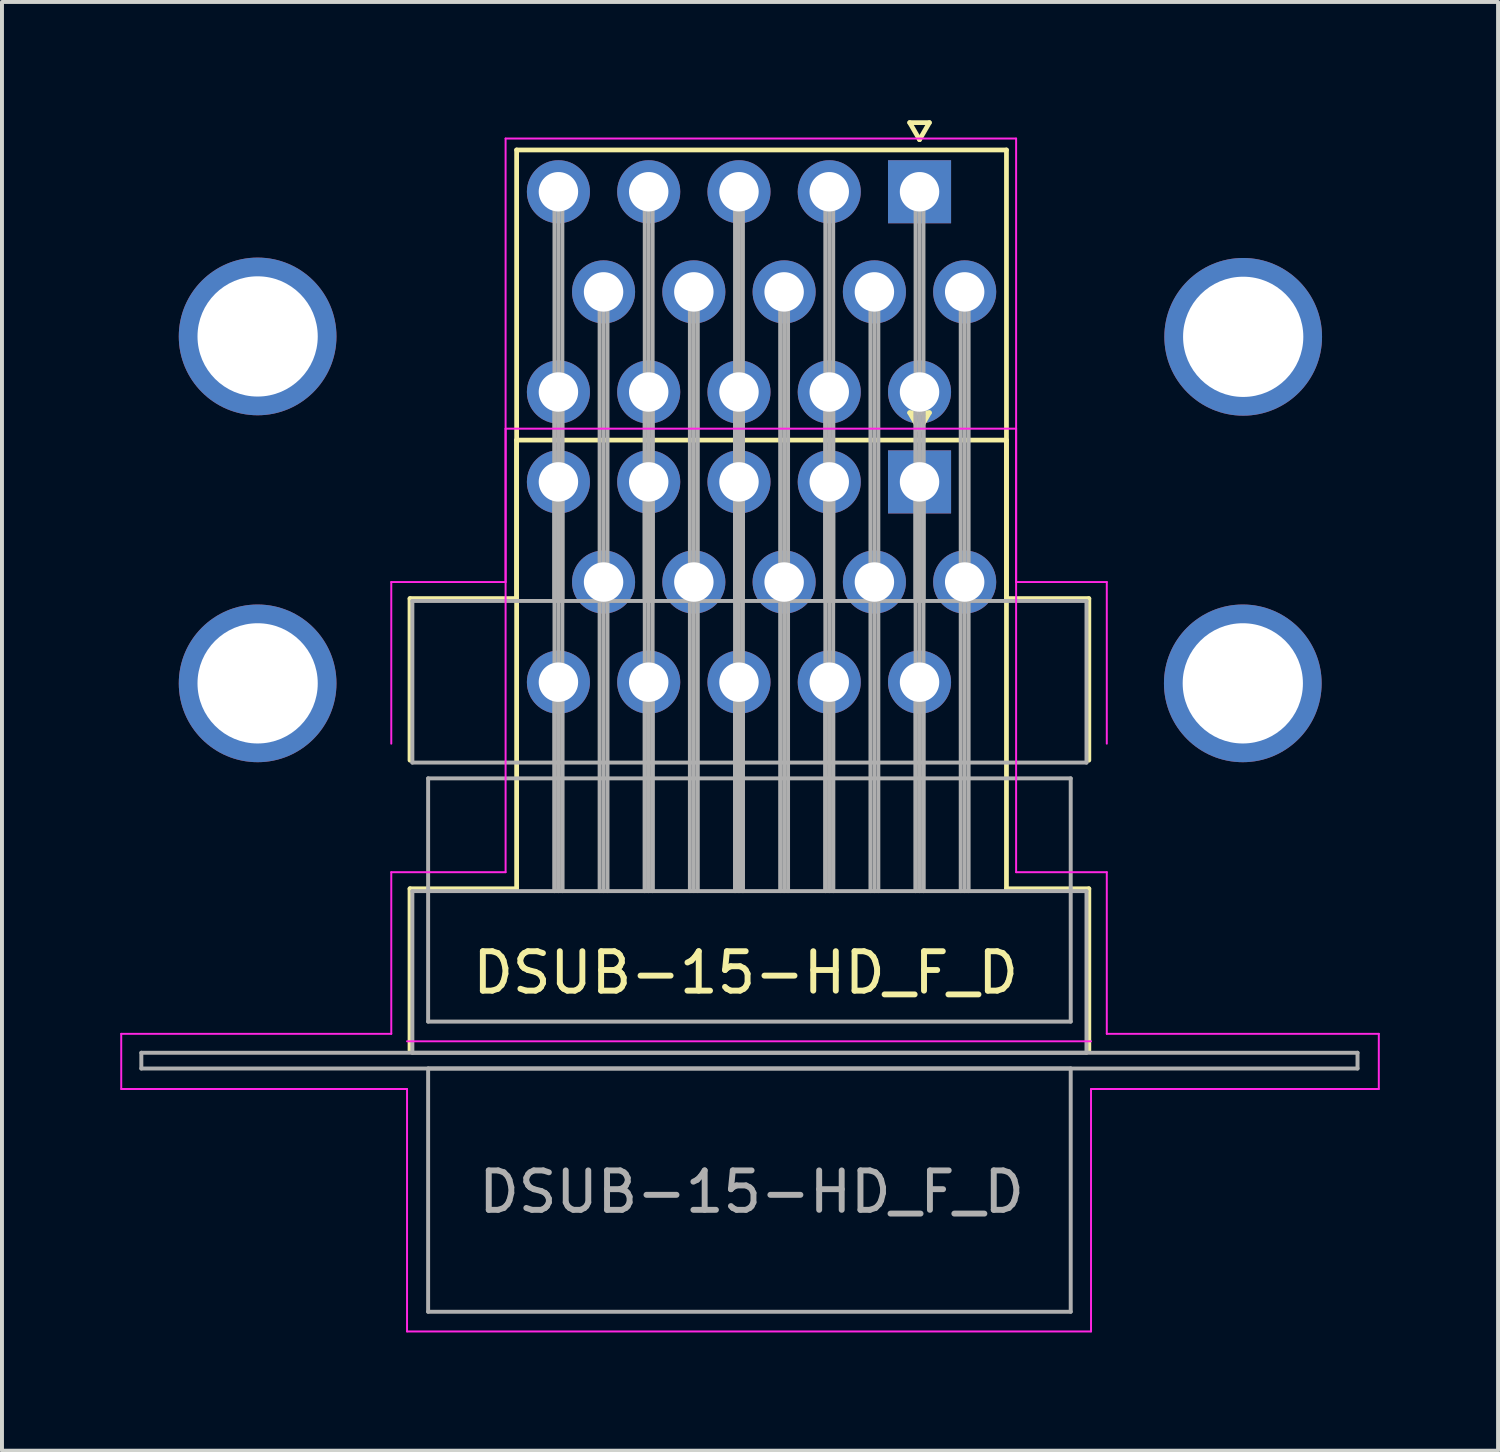
<source format=kicad_pcb>
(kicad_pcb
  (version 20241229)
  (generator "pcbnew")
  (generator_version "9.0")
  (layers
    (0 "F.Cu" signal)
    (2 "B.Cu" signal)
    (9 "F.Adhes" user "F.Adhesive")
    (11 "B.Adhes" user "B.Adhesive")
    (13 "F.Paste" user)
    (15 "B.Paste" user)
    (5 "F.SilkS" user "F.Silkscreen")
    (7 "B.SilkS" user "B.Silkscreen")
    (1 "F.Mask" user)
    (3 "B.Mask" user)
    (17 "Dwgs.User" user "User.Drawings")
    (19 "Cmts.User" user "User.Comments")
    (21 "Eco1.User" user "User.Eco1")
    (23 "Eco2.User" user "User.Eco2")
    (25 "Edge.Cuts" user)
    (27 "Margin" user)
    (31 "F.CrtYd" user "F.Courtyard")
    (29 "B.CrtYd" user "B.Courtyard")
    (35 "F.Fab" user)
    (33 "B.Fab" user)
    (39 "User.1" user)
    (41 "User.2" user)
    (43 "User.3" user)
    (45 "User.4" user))
  (footprint "DSUB-15-HD_F_D"
    (layer "F.Cu")
    (at 20.275 9.174)
    (property "Reference" "DSUB-15-HD_F_D" (at -4.41 12.45 0) (layer "F.SilkS") (effects (font (size 1 1) (thickness 0.15))))
    (attr through_hole)
    (fp_line (start -12.925 2.96) (end -10.22 2.96) (stroke (width 0.12) (type solid)) (layer "F.SilkS"))
    (fp_line (start -12.925 7.06) (end -12.925 2.96) (stroke (width 0.12) (type solid)) (layer "F.SilkS"))
    (fp_line (start -12.925 10.32) (end -10.22 10.32) (stroke (width 0.12) (type solid)) (layer "F.SilkS"))
    (fp_line (start -12.925 14.42) (end -12.925 10.32) (stroke (width 0.12) (type solid)) (layer "F.SilkS"))
    (fp_line (start -10.22 -8.42) (end 2.205 -8.42) (stroke (width 0.12) (type solid)) (layer "F.SilkS"))
    (fp_line (start -10.22 -1.06) (end 2.205 -1.06) (stroke (width 0.12) (type solid)) (layer "F.SilkS"))
    (fp_line (start -10.22 2.96) (end -10.22 -8.42) (stroke (width 0.12) (type solid)) (layer "F.SilkS"))
    (fp_line (start -10.22 10.32) (end -10.22 -1.06) (stroke (width 0.12) (type solid)) (layer "F.SilkS"))
    (fp_line (start -0.25 -9.114) (end 0.25 -9.114) (stroke (width 0.12) (type solid)) (layer "F.SilkS"))
    (fp_line (start -0.25 -1.754) (end 0.25 -1.754) (stroke (width 0.12) (type solid)) (layer "F.SilkS"))
    (fp_line (start 0 -8.681) (end -0.25 -9.114) (stroke (width 0.12) (type solid)) (layer "F.SilkS"))
    (fp_line (start 0 -1.321) (end -0.25 -1.754) (stroke (width 0.12) (type solid)) (layer "F.SilkS"))
    (fp_line (start 0.25 -9.114) (end 0 -8.681) (stroke (width 0.12) (type solid)) (layer "F.SilkS"))
    (fp_line (start 0.25 -1.754) (end 0 -1.321) (stroke (width 0.12) (type solid)) (layer "F.SilkS"))
    (fp_line (start 2.205 -8.42) (end 2.205 2.96) (stroke (width 0.12) (type solid)) (layer "F.SilkS"))
    (fp_line (start 2.205 -1.06) (end 2.205 10.32) (stroke (width 0.12) (type solid)) (layer "F.SilkS"))
    (fp_line (start 2.205 2.96) (end 4.295 2.96) (stroke (width 0.12) (type solid)) (layer "F.SilkS"))
    (fp_line (start 2.205 10.32) (end 4.295 10.32) (stroke (width 0.12) (type solid)) (layer "F.SilkS"))
    (fp_line (start 4.295 2.96) (end 4.295 7.06) (stroke (width 0.12) (type solid)) (layer "F.SilkS"))
    (fp_line (start 4.295 10.32) (end 4.295 14.42) (stroke (width 0.12) (type solid)) (layer "F.SilkS"))
    (fp_line (start -20.25 14) (end -13.4 14) (stroke (width 0.05) (type solid)) (layer "F.CrtYd"))
    (fp_line (start -20.25 15.4) (end -20.25 14) (stroke (width 0.05) (type solid)) (layer "F.CrtYd"))
    (fp_line (start -13.4 2.54) (end -10.5 2.54) (stroke (width 0.05) (type solid)) (layer "F.CrtYd"))
    (fp_line (start -13.4 6.64) (end -13.4 2.54) (stroke (width 0.05) (type solid)) (layer "F.CrtYd"))
    (fp_line (start -13.4 9.9) (end -10.5 9.9) (stroke (width 0.05) (type solid)) (layer "F.CrtYd"))
    (fp_line (start -13.4 14) (end -13.4 9.9) (stroke (width 0.05) (type solid)) (layer "F.CrtYd"))
    (fp_line (start -13 15.4) (end -20.25 15.4) (stroke (width 0.05) (type solid)) (layer "F.CrtYd"))
    (fp_line (start -13 21.55) (end -13 15.4) (stroke (width 0.05) (type solid)) (layer "F.CrtYd"))
    (fp_line (start -10.5 -8.71) (end 2.45 -8.71) (stroke (width 0.05) (type solid)) (layer "F.CrtYd"))
    (fp_line (start -10.5 -1.35) (end 2.45 -1.35) (stroke (width 0.05) (type solid)) (layer "F.CrtYd"))
    (fp_line (start -10.5 2.54) (end -10.5 -8.71) (stroke (width 0.05) (type solid)) (layer "F.CrtYd"))
    (fp_line (start -10.5 9.9) (end -10.5 -1.35) (stroke (width 0.05) (type solid)) (layer "F.CrtYd"))
    (fp_line (start 2.45 -8.71) (end 2.45 2.54) (stroke (width 0.05) (type solid)) (layer "F.CrtYd"))
    (fp_line (start 2.45 -1.35) (end 2.45 9.9) (stroke (width 0.05) (type solid)) (layer "F.CrtYd"))
    (fp_line (start 2.45 2.54) (end 4.75 2.54) (stroke (width 0.05) (type solid)) (layer "F.CrtYd"))
    (fp_line (start 2.45 9.9) (end 4.75 9.9) (stroke (width 0.05) (type solid)) (layer "F.CrtYd"))
    (fp_line (start 4.35 14.19) (end -13 14.19) (stroke (width 0.05) (type solid)) (layer "F.CrtYd"))
    (fp_line (start 4.35 15.4) (end 4.35 21.55) (stroke (width 0.05) (type solid)) (layer "F.CrtYd"))
    (fp_line (start 4.35 21.55) (end -13 21.55) (stroke (width 0.05) (type solid)) (layer "F.CrtYd"))
    (fp_line (start 4.75 2.54) (end 4.75 6.64) (stroke (width 0.05) (type solid)) (layer "F.CrtYd"))
    (fp_line (start 4.75 9.9) (end 4.75 14) (stroke (width 0.05) (type solid)) (layer "F.CrtYd"))
    (fp_line (start 4.75 14) (end 11.65 14) (stroke (width 0.05) (type solid)) (layer "F.CrtYd"))
    (fp_line (start 11.65 14) (end 11.65 15.4) (stroke (width 0.05) (type solid)) (layer "F.CrtYd"))
    (fp_line (start 11.65 15.4) (end 4.35 15.4) (stroke (width 0.05) (type solid)) (layer "F.CrtYd"))
    (fp_line (start -19.74 14.48) (end -19.74 14.88) (stroke (width 0.1) (type solid)) (layer "F.Fab"))
    (fp_line (start -19.74 14.88) (end 11.11 14.88) (stroke (width 0.1) (type solid)) (layer "F.Fab"))
    (fp_line (start -12.865 3.02) (end -12.865 7.12) (stroke (width 0.1) (type solid)) (layer "F.Fab"))
    (fp_line (start -12.865 7.12) (end 4.235 7.12) (stroke (width 0.1) (type solid)) (layer "F.Fab"))
    (fp_line (start -12.865 10.38) (end -12.865 14.48) (stroke (width 0.1) (type solid)) (layer "F.Fab"))
    (fp_line (start -12.865 14.48) (end 4.235 14.48) (stroke (width 0.1) (type solid)) (layer "F.Fab"))
    (fp_line (start -12.465 7.52) (end -12.465 13.69) (stroke (width 0.1) (type solid)) (layer "F.Fab"))
    (fp_line (start -12.465 13.69) (end 3.835 13.69) (stroke (width 0.1) (type solid)) (layer "F.Fab"))
    (fp_line (start -12.465 14.88) (end -12.465 21.05) (stroke (width 0.1) (type solid)) (layer "F.Fab"))
    (fp_line (start -12.465 21.05) (end 3.835 21.05) (stroke (width 0.1) (type solid)) (layer "F.Fab"))
    (fp_line (start -9.26 -7.36) (end -9.26 3.02) (stroke (width 0.1) (type solid)) (layer "F.Fab"))
    (fp_line (start -9.26 -2.28) (end -9.26 3.02) (stroke (width 0.1) (type solid)) (layer "F.Fab"))
    (fp_line (start -9.26 0) (end -9.26 10.38) (stroke (width 0.1) (type solid)) (layer "F.Fab"))
    (fp_line (start -9.26 5.08) (end -9.26 10.38) (stroke (width 0.1) (type solid)) (layer "F.Fab"))
    (fp_line (start -9.16 -7.36) (end -9.16 3.02) (stroke (width 0.1) (type solid)) (layer "F.Fab"))
    (fp_line (start -9.16 -2.28) (end -9.16 3.02) (stroke (width 0.1) (type solid)) (layer "F.Fab"))
    (fp_line (start -9.16 0) (end -9.16 10.38) (stroke (width 0.1) (type solid)) (layer "F.Fab"))
    (fp_line (start -9.16 5.08) (end -9.16 10.38) (stroke (width 0.1) (type solid)) (layer "F.Fab"))
    (fp_line (start -9.06 -7.36) (end -9.06 3.02) (stroke (width 0.1) (type solid)) (layer "F.Fab"))
    (fp_line (start -9.06 -2.28) (end -9.06 3.02) (stroke (width 0.1) (type solid)) (layer "F.Fab"))
    (fp_line (start -9.06 0) (end -9.06 10.38) (stroke (width 0.1) (type solid)) (layer "F.Fab"))
    (fp_line (start -9.06 5.08) (end -9.06 10.38) (stroke (width 0.1) (type solid)) (layer "F.Fab"))
    (fp_line (start -8.115 -4.82) (end -8.115 3.02) (stroke (width 0.1) (type solid)) (layer "F.Fab"))
    (fp_line (start -8.115 2.54) (end -8.115 10.38) (stroke (width 0.1) (type solid)) (layer "F.Fab"))
    (fp_line (start -8.015 -4.82) (end -8.015 3.02) (stroke (width 0.1) (type solid)) (layer "F.Fab"))
    (fp_line (start -8.015 2.54) (end -8.015 10.38) (stroke (width 0.1) (type solid)) (layer "F.Fab"))
    (fp_line (start -7.915 -4.82) (end -7.915 3.02) (stroke (width 0.1) (type solid)) (layer "F.Fab"))
    (fp_line (start -7.915 2.54) (end -7.915 10.38) (stroke (width 0.1) (type solid)) (layer "F.Fab"))
    (fp_line (start -6.97 -7.36) (end -6.97 3.02) (stroke (width 0.1) (type solid)) (layer "F.Fab"))
    (fp_line (start -6.97 -2.28) (end -6.97 3.02) (stroke (width 0.1) (type solid)) (layer "F.Fab"))
    (fp_line (start -6.97 0) (end -6.97 10.38) (stroke (width 0.1) (type solid)) (layer "F.Fab"))
    (fp_line (start -6.97 5.08) (end -6.97 10.38) (stroke (width 0.1) (type solid)) (layer "F.Fab"))
    (fp_line (start -6.87 -7.36) (end -6.87 3.02) (stroke (width 0.1) (type solid)) (layer "F.Fab"))
    (fp_line (start -6.87 -2.28) (end -6.87 3.02) (stroke (width 0.1) (type solid)) (layer "F.Fab"))
    (fp_line (start -6.87 0) (end -6.87 10.38) (stroke (width 0.1) (type solid)) (layer "F.Fab"))
    (fp_line (start -6.87 5.08) (end -6.87 10.38) (stroke (width 0.1) (type solid)) (layer "F.Fab"))
    (fp_line (start -6.77 -7.36) (end -6.77 3.02) (stroke (width 0.1) (type solid)) (layer "F.Fab"))
    (fp_line (start -6.77 -2.28) (end -6.77 3.02) (stroke (width 0.1) (type solid)) (layer "F.Fab"))
    (fp_line (start -6.77 0) (end -6.77 10.38) (stroke (width 0.1) (type solid)) (layer "F.Fab"))
    (fp_line (start -6.77 5.08) (end -6.77 10.38) (stroke (width 0.1) (type solid)) (layer "F.Fab"))
    (fp_line (start -5.825 -4.82) (end -5.825 3.02) (stroke (width 0.1) (type solid)) (layer "F.Fab"))
    (fp_line (start -5.825 2.54) (end -5.825 10.38) (stroke (width 0.1) (type solid)) (layer "F.Fab"))
    (fp_line (start -5.725 -4.82) (end -5.725 3.02) (stroke (width 0.1) (type solid)) (layer "F.Fab"))
    (fp_line (start -5.725 2.54) (end -5.725 10.38) (stroke (width 0.1) (type solid)) (layer "F.Fab"))
    (fp_line (start -5.625 -4.82) (end -5.625 3.02) (stroke (width 0.1) (type solid)) (layer "F.Fab"))
    (fp_line (start -5.625 2.54) (end -5.625 10.38) (stroke (width 0.1) (type solid)) (layer "F.Fab"))
    (fp_line (start -4.68 -7.36) (end -4.68 3.02) (stroke (width 0.1) (type solid)) (layer "F.Fab"))
    (fp_line (start -4.68 -2.28) (end -4.68 3.02) (stroke (width 0.1) (type solid)) (layer "F.Fab"))
    (fp_line (start -4.68 0) (end -4.68 10.38) (stroke (width 0.1) (type solid)) (layer "F.Fab"))
    (fp_line (start -4.68 5.08) (end -4.68 10.38) (stroke (width 0.1) (type solid)) (layer "F.Fab"))
    (fp_line (start -4.58 -7.36) (end -4.58 3.02) (stroke (width 0.1) (type solid)) (layer "F.Fab"))
    (fp_line (start -4.58 -2.28) (end -4.58 3.02) (stroke (width 0.1) (type solid)) (layer "F.Fab"))
    (fp_line (start -4.58 0) (end -4.58 10.38) (stroke (width 0.1) (type solid)) (layer "F.Fab"))
    (fp_line (start -4.58 5.08) (end -4.58 10.38) (stroke (width 0.1) (type solid)) (layer "F.Fab"))
    (fp_line (start -4.48 -7.36) (end -4.48 3.02) (stroke (width 0.1) (type solid)) (layer "F.Fab"))
    (fp_line (start -4.48 -2.28) (end -4.48 3.02) (stroke (width 0.1) (type solid)) (layer "F.Fab"))
    (fp_line (start -4.48 0) (end -4.48 10.38) (stroke (width 0.1) (type solid)) (layer "F.Fab"))
    (fp_line (start -4.48 5.08) (end -4.48 10.38) (stroke (width 0.1) (type solid)) (layer "F.Fab"))
    (fp_line (start -3.535 -4.82) (end -3.535 3.02) (stroke (width 0.1) (type solid)) (layer "F.Fab"))
    (fp_line (start -3.535 2.54) (end -3.535 10.38) (stroke (width 0.1) (type solid)) (layer "F.Fab"))
    (fp_line (start -3.435 -4.82) (end -3.435 3.02) (stroke (width 0.1) (type solid)) (layer "F.Fab"))
    (fp_line (start -3.435 2.54) (end -3.435 10.38) (stroke (width 0.1) (type solid)) (layer "F.Fab"))
    (fp_line (start -3.335 -4.82) (end -3.335 3.02) (stroke (width 0.1) (type solid)) (layer "F.Fab"))
    (fp_line (start -3.335 2.54) (end -3.335 10.38) (stroke (width 0.1) (type solid)) (layer "F.Fab"))
    (fp_line (start -2.39 -7.36) (end -2.39 3.02) (stroke (width 0.1) (type solid)) (layer "F.Fab"))
    (fp_line (start -2.39 -2.28) (end -2.39 3.02) (stroke (width 0.1) (type solid)) (layer "F.Fab"))
    (fp_line (start -2.39 0) (end -2.39 10.38) (stroke (width 0.1) (type solid)) (layer "F.Fab"))
    (fp_line (start -2.39 5.08) (end -2.39 10.38) (stroke (width 0.1) (type solid)) (layer "F.Fab"))
    (fp_line (start -2.29 -7.36) (end -2.29 3.02) (stroke (width 0.1) (type solid)) (layer "F.Fab"))
    (fp_line (start -2.29 -2.28) (end -2.29 3.02) (stroke (width 0.1) (type solid)) (layer "F.Fab"))
    (fp_line (start -2.29 0) (end -2.29 10.38) (stroke (width 0.1) (type solid)) (layer "F.Fab"))
    (fp_line (start -2.29 5.08) (end -2.29 10.38) (stroke (width 0.1) (type solid)) (layer "F.Fab"))
    (fp_line (start -2.19 -7.36) (end -2.19 3.02) (stroke (width 0.1) (type solid)) (layer "F.Fab"))
    (fp_line (start -2.19 -2.28) (end -2.19 3.02) (stroke (width 0.1) (type solid)) (layer "F.Fab"))
    (fp_line (start -2.19 0) (end -2.19 10.38) (stroke (width 0.1) (type solid)) (layer "F.Fab"))
    (fp_line (start -2.19 5.08) (end -2.19 10.38) (stroke (width 0.1) (type solid)) (layer "F.Fab"))
    (fp_line (start -1.245 -4.82) (end -1.245 3.02) (stroke (width 0.1) (type solid)) (layer "F.Fab"))
    (fp_line (start -1.245 2.54) (end -1.245 10.38) (stroke (width 0.1) (type solid)) (layer "F.Fab"))
    (fp_line (start -1.145 -4.82) (end -1.145 3.02) (stroke (width 0.1) (type solid)) (layer "F.Fab"))
    (fp_line (start -1.145 2.54) (end -1.145 10.38) (stroke (width 0.1) (type solid)) (layer "F.Fab"))
    (fp_line (start -1.045 -4.82) (end -1.045 3.02) (stroke (width 0.1) (type solid)) (layer "F.Fab"))
    (fp_line (start -1.045 2.54) (end -1.045 10.38) (stroke (width 0.1) (type solid)) (layer "F.Fab"))
    (fp_line (start -0.1 -7.36) (end -0.1 3.02) (stroke (width 0.1) (type solid)) (layer "F.Fab"))
    (fp_line (start -0.1 -2.28) (end -0.1 3.02) (stroke (width 0.1) (type solid)) (layer "F.Fab"))
    (fp_line (start -0.1 0) (end -0.1 10.38) (stroke (width 0.1) (type solid)) (layer "F.Fab"))
    (fp_line (start -0.1 5.08) (end -0.1 10.38) (stroke (width 0.1) (type solid)) (layer "F.Fab"))
    (fp_line (start 0 -7.36) (end 0 3.02) (stroke (width 0.1) (type solid)) (layer "F.Fab"))
    (fp_line (start 0 -2.28) (end 0 3.02) (stroke (width 0.1) (type solid)) (layer "F.Fab"))
    (fp_line (start 0 0) (end 0 10.38) (stroke (width 0.1) (type solid)) (layer "F.Fab"))
    (fp_line (start 0 5.08) (end 0 10.38) (stroke (width 0.1) (type solid)) (layer "F.Fab"))
    (fp_line (start 0.1 -7.36) (end 0.1 3.02) (stroke (width 0.1) (type solid)) (layer "F.Fab"))
    (fp_line (start 0.1 -2.28) (end 0.1 3.02) (stroke (width 0.1) (type solid)) (layer "F.Fab"))
    (fp_line (start 0.1 0) (end 0.1 10.38) (stroke (width 0.1) (type solid)) (layer "F.Fab"))
    (fp_line (start 0.1 5.08) (end 0.1 10.38) (stroke (width 0.1) (type solid)) (layer "F.Fab"))
    (fp_line (start 1.045 -4.82) (end 1.045 3.02) (stroke (width 0.1) (type solid)) (layer "F.Fab"))
    (fp_line (start 1.045 2.54) (end 1.045 10.38) (stroke (width 0.1) (type solid)) (layer "F.Fab"))
    (fp_line (start 1.145 -4.82) (end 1.145 3.02) (stroke (width 0.1) (type solid)) (layer "F.Fab"))
    (fp_line (start 1.145 2.54) (end 1.145 10.38) (stroke (width 0.1) (type solid)) (layer "F.Fab"))
    (fp_line (start 1.245 -4.82) (end 1.245 3.02) (stroke (width 0.1) (type solid)) (layer "F.Fab"))
    (fp_line (start 1.245 2.54) (end 1.245 10.38) (stroke (width 0.1) (type solid)) (layer "F.Fab"))
    (fp_line (start 3.835 7.52) (end -12.465 7.52) (stroke (width 0.1) (type solid)) (layer "F.Fab"))
    (fp_line (start 3.835 13.69) (end 3.835 7.52) (stroke (width 0.1) (type solid)) (layer "F.Fab"))
    (fp_line (start 3.835 14.88) (end -12.465 14.88) (stroke (width 0.1) (type solid)) (layer "F.Fab"))
    (fp_line (start 3.835 21.05) (end 3.835 14.88) (stroke (width 0.1) (type solid)) (layer "F.Fab"))
    (fp_line (start 4.235 3.02) (end -12.865 3.02) (stroke (width 0.1) (type solid)) (layer "F.Fab"))
    (fp_line (start 4.235 7.12) (end 4.235 3.02) (stroke (width 0.1) (type solid)) (layer "F.Fab"))
    (fp_line (start 4.235 10.38) (end -12.865 10.38) (stroke (width 0.1) (type solid)) (layer "F.Fab"))
    (fp_line (start 4.235 14.48) (end 4.235 10.38) (stroke (width 0.1) (type solid)) (layer "F.Fab"))
    (fp_line (start 11.11 14.48) (end -19.74 14.48) (stroke (width 0.1) (type solid)) (layer "F.Fab"))
    (fp_line (start 11.11 14.88) (end 11.11 14.48) (stroke (width 0.1) (type solid)) (layer "F.Fab"))
    (fp_text user "${REFERENCE}" (at -4.26 18.01 0) (layer "F.Fab") (effects (font (size 1 1) (thickness 0.15))))
    (pad "1" thru_hole rect (at 0 -7.36) (size 1.6 1.6) (drill 1) (layers "*.Cu" "*.Mask"))
    (pad "2" thru_hole circle (at -2.29 -7.36) (size 1.6 1.6) (drill 1) (layers "*.Cu" "*.Mask"))
    (pad "3" thru_hole circle (at -4.58 -7.36) (size 1.6 1.6) (drill 1) (layers "*.Cu" "*.Mask"))
    (pad "4" thru_hole circle (at -6.87 -7.36) (size 1.6 1.6) (drill 1) (layers "*.Cu" "*.Mask"))
    (pad "5" thru_hole circle (at -9.16 -7.36) (size 1.6 1.6) (drill 1) (layers "*.Cu" "*.Mask"))
    (pad "6" thru_hole circle (at 1.145 -4.82) (size 1.6 1.6) (drill 1) (layers "*.Cu" "*.Mask"))
    (pad "7" thru_hole circle (at -1.145 -4.82) (size 1.6 1.6) (drill 1) (layers "*.Cu" "*.Mask"))
    (pad "8" thru_hole circle (at -3.435 -4.82) (size 1.6 1.6) (drill 1) (layers "*.Cu" "*.Mask"))
    (pad "9" thru_hole circle (at -5.725 -4.82) (size 1.6 1.6) (drill 1) (layers "*.Cu" "*.Mask"))
    (pad "10" thru_hole circle (at -8.015 -4.82) (size 1.6 1.6) (drill 1) (layers "*.Cu" "*.Mask"))
    (pad "11" thru_hole circle (at 0 -2.28) (size 1.6 1.6) (drill 1) (layers "*.Cu" "*.Mask"))
    (pad "12" thru_hole circle (at -2.29 -2.28) (size 1.6 1.6) (drill 1) (layers "*.Cu" "*.Mask"))
    (pad "13" thru_hole circle (at -4.58 -2.28) (size 1.6 1.6) (drill 1) (layers "*.Cu" "*.Mask"))
    (pad "14" thru_hole circle (at -6.87 -2.28) (size 1.6 1.6) (drill 1) (layers "*.Cu" "*.Mask"))
    (pad "15" thru_hole circle (at -9.16 -2.28) (size 1.6 1.6) (drill 1) (layers "*.Cu" "*.Mask"))
    (pad "16" thru_hole rect (at 0 0) (size 1.6 1.6) (drill 1) (layers "*.Cu" "*.Mask"))
    (pad "17" thru_hole circle (at -2.29 0) (size 1.6 1.6) (drill 1) (layers "*.Cu" "*.Mask"))
    (pad "18" thru_hole circle (at -4.58 0) (size 1.6 1.6) (drill 1) (layers "*.Cu" "*.Mask"))
    (pad "19" thru_hole circle (at -6.87 0) (size 1.6 1.6) (drill 1) (layers "*.Cu" "*.Mask"))
    (pad "20" thru_hole circle (at -9.16 0) (size 1.6 1.6) (drill 1) (layers "*.Cu" "*.Mask"))
    (pad "21" thru_hole circle (at 1.145 2.54) (size 1.6 1.6) (drill 1) (layers "*.Cu" "*.Mask"))
    (pad "22" thru_hole circle (at -1.145 2.54) (size 1.6 1.6) (drill 1) (layers "*.Cu" "*.Mask"))
    (pad "23" thru_hole circle (at -3.435 2.54) (size 1.6 1.6) (drill 1) (layers "*.Cu" "*.Mask"))
    (pad "24" thru_hole circle (at -5.725 2.54) (size 1.6 1.6) (drill 1) (layers "*.Cu" "*.Mask"))
    (pad "25" thru_hole circle (at -8.015 2.54) (size 1.6 1.6) (drill 1) (layers "*.Cu" "*.Mask"))
    (pad "26" thru_hole circle (at 0 5.08) (size 1.6 1.6) (drill 1) (layers "*.Cu" "*.Mask"))
    (pad "27" thru_hole circle (at -2.29 5.08) (size 1.6 1.6) (drill 1) (layers "*.Cu" "*.Mask"))
    (pad "28" thru_hole circle (at -4.58 5.08) (size 1.6 1.6) (drill 1) (layers "*.Cu" "*.Mask"))
    (pad "29" thru_hole circle (at -6.87 5.08) (size 1.6 1.6) (drill 1) (layers "*.Cu" "*.Mask"))
    (pad "30" thru_hole circle (at -9.16 5.08) (size 1.6 1.6) (drill 1) (layers "*.Cu" "*.Mask"))
    (pad "31" thru_hole circle (at -16.79 -3.69) (size 4 4) (drill 3.05) (layers "*.Cu" "*.Mask"))
    (pad "32" thru_hole circle (at -16.79 5.11) (size 4 4) (drill 3.05) (layers "*.Cu" "*.Mask"))
    (pad "33" thru_hole circle (at 8.2 5.11) (size 4 4) (drill 3.05) (layers "*.Cu" "*.Mask"))
    (pad "34" thru_hole circle (at 8.21 -3.68) (size 4 4) (drill 3.05) (layers "*.Cu" "*.Mask")))
  (gr_rect
    (start -3 -3)
    (end 34.95 33.749)
    (stroke (width 0.1) (type default))
    (fill no)
    (layer "Edge.Cuts")))
</source>
